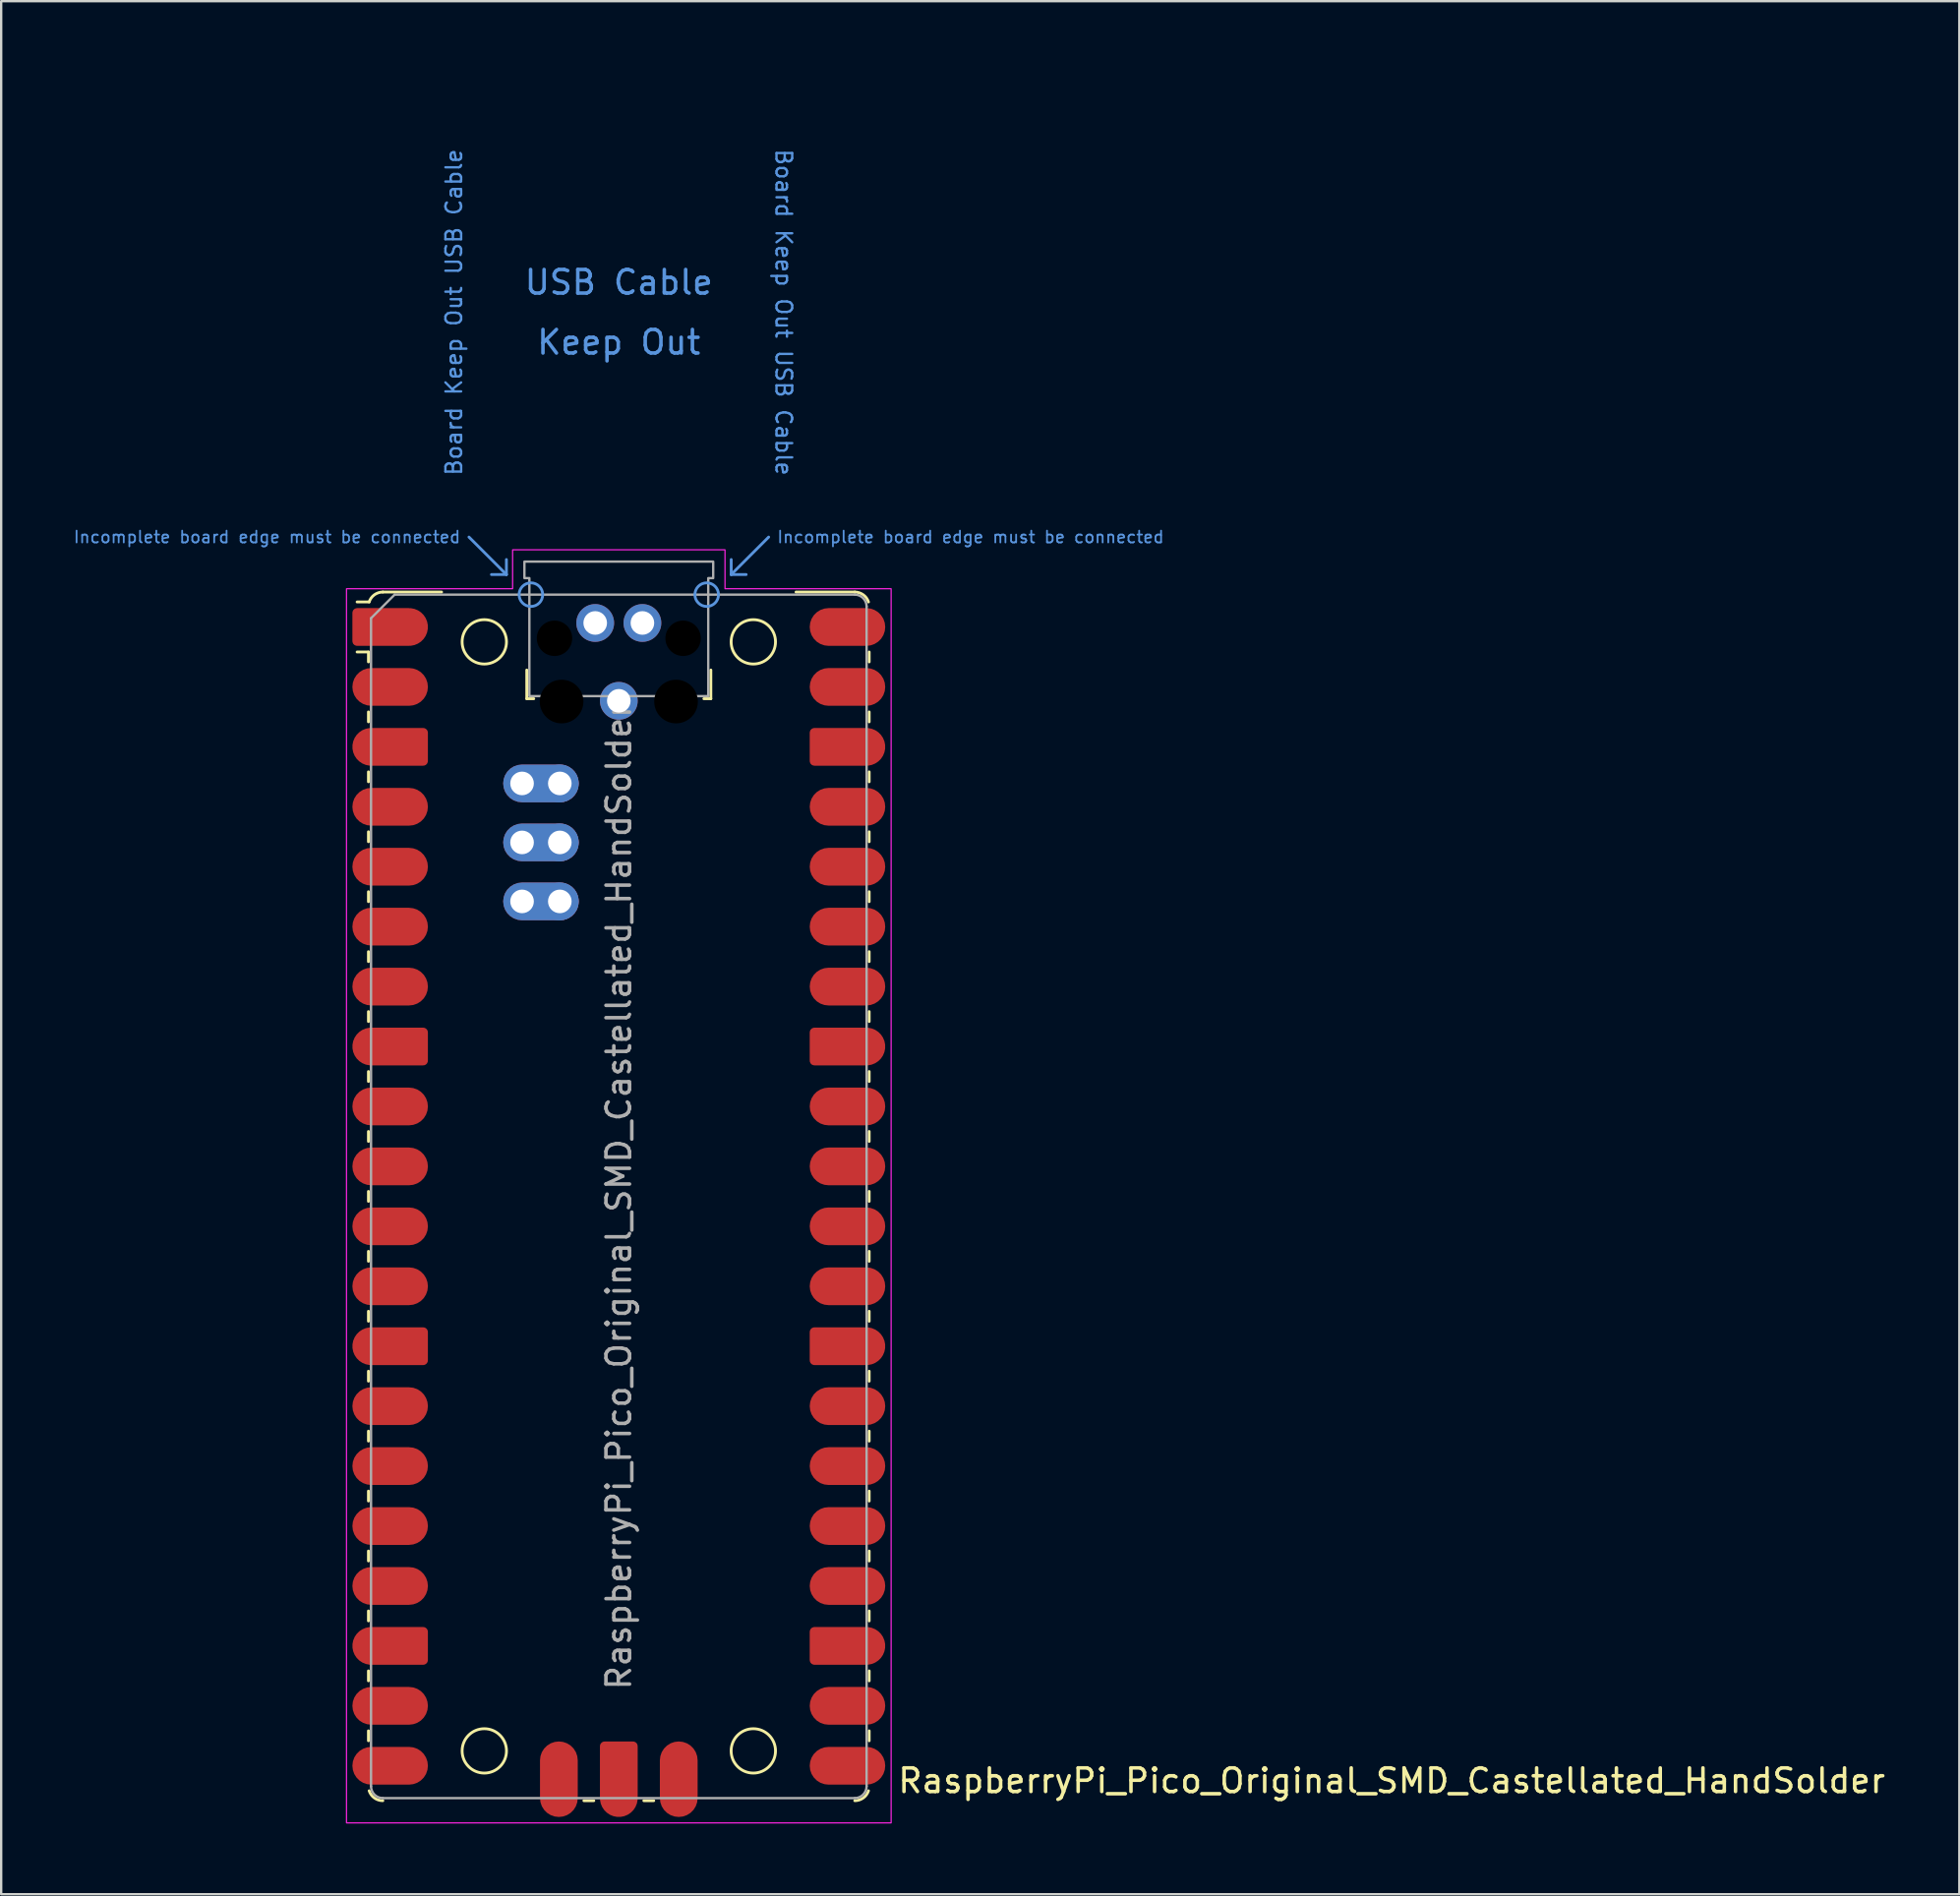
<source format=kicad_pcb>
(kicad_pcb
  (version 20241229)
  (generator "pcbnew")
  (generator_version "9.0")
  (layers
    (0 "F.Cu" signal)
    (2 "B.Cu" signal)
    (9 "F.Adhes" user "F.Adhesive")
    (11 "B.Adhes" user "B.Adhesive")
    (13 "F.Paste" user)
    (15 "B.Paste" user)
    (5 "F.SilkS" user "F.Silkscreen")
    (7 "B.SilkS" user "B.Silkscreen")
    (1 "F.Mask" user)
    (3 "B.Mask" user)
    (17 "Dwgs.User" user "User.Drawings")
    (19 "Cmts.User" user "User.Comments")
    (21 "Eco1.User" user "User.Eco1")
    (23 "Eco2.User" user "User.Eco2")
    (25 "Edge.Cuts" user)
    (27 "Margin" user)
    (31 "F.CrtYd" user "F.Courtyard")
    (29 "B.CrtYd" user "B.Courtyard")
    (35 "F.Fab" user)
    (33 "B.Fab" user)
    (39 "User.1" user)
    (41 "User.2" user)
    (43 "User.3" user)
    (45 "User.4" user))
  (footprint "RaspberryPi_Pico_Original_SMD_Castellated_HandSolder"
    (layer "F.Cu")
    (at 23.173 47.65)
    (property "Reference" "RaspberryPi_Pico_Original_SMD_Castellated_HandSolder" (at 11.748 24.765 0) (unlocked yes) (layer "F.SilkS") (effects (font (size 1 1) (thickness 0.15)) (justify left)))
    (attr smd)
    (fp_line (start -10.61 -23.07) (end -11.09 -23.07) (stroke (width 0.12) (type solid)) (layer "F.SilkS"))
    (fp_line (start -10.61 -23.07) (end -10.61 -22.65) (stroke (width 0.12) (type solid)) (layer "F.SilkS"))
    (fp_line (start -10.61 -20.53) (end -10.61 -20.11) (stroke (width 0.12) (type solid)) (layer "F.SilkS"))
    (fp_line (start -10.61 -17.99) (end -10.61 -17.57) (stroke (width 0.12) (type solid)) (layer "F.SilkS"))
    (fp_line (start -10.61 -15.45) (end -10.61 -15.03) (stroke (width 0.12) (type solid)) (layer "F.SilkS"))
    (fp_line (start -10.61 -12.91) (end -10.61 -12.49) (stroke (width 0.12) (type solid)) (layer "F.SilkS"))
    (fp_line (start -10.61 -10.37) (end -10.61 -9.95) (stroke (width 0.12) (type solid)) (layer "F.SilkS"))
    (fp_line (start -10.61 -7.83) (end -10.61 -7.41) (stroke (width 0.12) (type solid)) (layer "F.SilkS"))
    (fp_line (start -10.61 -5.29) (end -10.61 -4.87) (stroke (width 0.12) (type solid)) (layer "F.SilkS"))
    (fp_line (start -10.61 -2.75) (end -10.61 -2.33) (stroke (width 0.12) (type solid)) (layer "F.SilkS"))
    (fp_line (start -10.61 -0.21) (end -10.61 0.21) (stroke (width 0.12) (type solid)) (layer "F.SilkS"))
    (fp_line (start -10.61 2.33) (end -10.61 2.75) (stroke (width 0.12) (type solid)) (layer "F.SilkS"))
    (fp_line (start -10.61 4.87) (end -10.61 5.29) (stroke (width 0.12) (type solid)) (layer "F.SilkS"))
    (fp_line (start -10.61 7.41) (end -10.61 7.83) (stroke (width 0.12) (type solid)) (layer "F.SilkS"))
    (fp_line (start -10.61 9.95) (end -10.61 10.37) (stroke (width 0.12) (type solid)) (layer "F.SilkS"))
    (fp_line (start -10.61 12.49) (end -10.61 12.91) (stroke (width 0.12) (type solid)) (layer "F.SilkS"))
    (fp_line (start -10.61 15.03) (end -10.61 15.45) (stroke (width 0.12) (type solid)) (layer "F.SilkS"))
    (fp_line (start -10.61 17.57) (end -10.61 17.99) (stroke (width 0.12) (type solid)) (layer "F.SilkS"))
    (fp_line (start -10.61 20.11) (end -10.61 20.53) (stroke (width 0.12) (type solid)) (layer "F.SilkS"))
    (fp_line (start -10.61 22.65) (end -10.61 23.07) (stroke (width 0.12) (type solid)) (layer "F.SilkS"))
    (fp_line (start -10.58 -25.19) (end -11.09 -25.19) (stroke (width 0.12) (type solid)) (layer "F.SilkS"))
    (fp_line (start -10 -25.61) (end -7.51 -25.61) (stroke (width 0.12) (type solid)) (layer "F.SilkS"))
    (fp_line (start -3.9 -22.306) (end -3.9 -21.09) (stroke (width 0.12) (type solid)) (layer "F.SilkS"))
    (fp_line (start -3.9 -21.09) (end -3.604 -21.09) (stroke (width 0.12) (type solid)) (layer "F.SilkS"))
    (fp_line (start -1.48 25.61) (end -1.06 25.61) (stroke (width 0.12) (type solid)) (layer "F.SilkS"))
    (fp_line (start 1.06 25.61) (end 1.48 25.61) (stroke (width 0.12) (type solid)) (layer "F.SilkS"))
    (fp_line (start 3.604 -21.09) (end 3.9 -21.09) (stroke (width 0.12) (type solid)) (layer "F.SilkS"))
    (fp_line (start 3.9 -22.306) (end 3.9 -21.09) (stroke (width 0.12) (type solid)) (layer "F.SilkS"))
    (fp_line (start 10 -25.61) (end 7.51 -25.61) (stroke (width 0.12) (type solid)) (layer "F.SilkS"))
    (fp_line (start 10.61 -23.07) (end 10.61 -22.65) (stroke (width 0.12) (type solid)) (layer "F.SilkS"))
    (fp_line (start 10.61 -20.53) (end 10.61 -20.11) (stroke (width 0.12) (type solid)) (layer "F.SilkS"))
    (fp_line (start 10.61 -17.99) (end 10.61 -17.57) (stroke (width 0.12) (type solid)) (layer "F.SilkS"))
    (fp_line (start 10.61 -15.45) (end 10.61 -15.03) (stroke (width 0.12) (type solid)) (layer "F.SilkS"))
    (fp_line (start 10.61 -12.91) (end 10.61 -12.49) (stroke (width 0.12) (type solid)) (layer "F.SilkS"))
    (fp_line (start 10.61 -10.37) (end 10.61 -9.95) (stroke (width 0.12) (type solid)) (layer "F.SilkS"))
    (fp_line (start 10.61 -7.83) (end 10.61 -7.41) (stroke (width 0.12) (type solid)) (layer "F.SilkS"))
    (fp_line (start 10.61 -5.29) (end 10.61 -4.87) (stroke (width 0.12) (type solid)) (layer "F.SilkS"))
    (fp_line (start 10.61 -2.75) (end 10.61 -2.33) (stroke (width 0.12) (type solid)) (layer "F.SilkS"))
    (fp_line (start 10.61 -0.21) (end 10.61 0.21) (stroke (width 0.12) (type solid)) (layer "F.SilkS"))
    (fp_line (start 10.61 2.33) (end 10.61 2.75) (stroke (width 0.12) (type solid)) (layer "F.SilkS"))
    (fp_line (start 10.61 4.87) (end 10.61 5.29) (stroke (width 0.12) (type solid)) (layer "F.SilkS"))
    (fp_line (start 10.61 7.41) (end 10.61 7.83) (stroke (width 0.12) (type solid)) (layer "F.SilkS"))
    (fp_line (start 10.61 9.95) (end 10.61 10.37) (stroke (width 0.12) (type solid)) (layer "F.SilkS"))
    (fp_line (start 10.61 12.49) (end 10.61 12.91) (stroke (width 0.12) (type solid)) (layer "F.SilkS"))
    (fp_line (start 10.61 15.03) (end 10.61 15.45) (stroke (width 0.12) (type solid)) (layer "F.SilkS"))
    (fp_line (start 10.61 17.57) (end 10.61 17.99) (stroke (width 0.12) (type solid)) (layer "F.SilkS"))
    (fp_line (start 10.61 20.11) (end 10.61 20.53) (stroke (width 0.12) (type solid)) (layer "F.SilkS"))
    (fp_line (start 10.61 22.65) (end 10.61 23.07) (stroke (width 0.12) (type solid)) (layer "F.SilkS"))
    (fp_arc (start -10.579676 -25.189937) (mid -10.357938 -25.493944) (end -10 -25.61) (stroke (width 0.12) (type solid)) (layer "F.SilkS"))
    (fp_arc (start -10 25.61) (mid -10.357937 25.493944) (end -10.579676 25.189937) (stroke (width 0.12) (type solid)) (layer "F.SilkS"))
    (fp_arc (start 10 -25.61) (mid 10.357937 -25.493944) (end 10.579676 -25.189937) (stroke (width 0.12) (type solid)) (layer "F.SilkS"))
    (fp_arc (start 10.579676 25.189937) (mid 10.357958 25.493991) (end 10 25.61) (stroke (width 0.12) (type solid)) (layer "F.SilkS"))
    (fp_circle (center -5.7 -23.5) (end -4.76 -23.5) (stroke (width 0.12) (type solid)) (fill no) (layer "F.SilkS"))
    (fp_circle (center -5.7 23.5) (end -4.76 23.5) (stroke (width 0.12) (type solid)) (fill no) (layer "F.SilkS"))
    (fp_circle (center 5.7 -23.5) (end 6.64 -23.5) (stroke (width 0.12) (type solid)) (fill no) (layer "F.SilkS"))
    (fp_circle (center 5.7 23.5) (end 6.64 23.5) (stroke (width 0.12) (type solid)) (fill no) (layer "F.SilkS"))
    (fp_line (start -6.35 -27.94) (end -4.763 -26.352) (stroke (width 0.12) (type solid)) (layer "Cmts.User"))
    (fp_line (start -4.763 -26.352) (end -5.397 -26.352) (stroke (width 0.12) (type solid)) (layer "Cmts.User"))
    (fp_line (start -4.763 -26.352) (end -4.763 -26.988) (stroke (width 0.12) (type solid)) (layer "Cmts.User"))
    (fp_line (start 4.763 -26.352) (end 4.763 -26.988) (stroke (width 0.12) (type solid)) (layer "Cmts.User"))
    (fp_line (start 4.763 -26.352) (end 5.397 -26.352) (stroke (width 0.12) (type solid)) (layer "Cmts.User"))
    (fp_line (start 6.35 -27.94) (end 4.763 -26.352) (stroke (width 0.12) (type solid)) (layer "Cmts.User"))
    (fp_circle (center -3.725 -25.5) (end -3.225 -25.5) (stroke (width 0.12) (type solid)) (fill no) (layer "Cmts.User"))
    (fp_circle (center 3.725 -25.5) (end 3.225 -25.5) (stroke (width 0.12) (type solid)) (fill no) (layer "Cmts.User"))
    (fp_poly (pts (xy -4.5 -27.4) (xy 4.5 -27.4) (xy 4.5 -25.75) (xy 11.54 -25.75) (xy 11.54 26.55) (xy -11.54 26.55) (xy -11.54 -25.75) (xy -4.5 -25.75)) (stroke (width 0.05) (type solid)) (fill no) (layer "F.CrtYd"))
    (fp_line (start -10.5 -24.5) (end -9.5 -25.5) (stroke (width 0.1) (type solid)) (layer "F.Fab"))
    (fp_line (start -10.5 25) (end -10.5 -24.5) (stroke (width 0.1) (type solid)) (layer "F.Fab"))
    (fp_line (start -9.5 -25.5) (end 10 -25.5) (stroke (width 0.1) (type solid)) (layer "F.Fab"))
    (fp_line (start 10 25.5) (end -10 25.5) (stroke (width 0.1) (type solid)) (layer "F.Fab"))
    (fp_line (start 10.5 -25) (end 10.5 25) (stroke (width 0.1) (type solid)) (layer "F.Fab"))
    (fp_arc (start -10 25.5) (mid -10.353553 25.353553) (end -10.5 25) (stroke (width 0.1) (type solid)) (layer "F.Fab"))
    (fp_arc (start 10 -25.5) (mid 10.353553 -25.353553) (end 10.5 -25) (stroke (width 0.1) (type solid)) (layer "F.Fab"))
    (fp_arc (start 10.5 25) (mid 10.353553 25.353553) (end 10 25.5) (stroke (width 0.1) (type solid)) (layer "F.Fab"))
    (fp_poly (pts (xy 3.79 -21.2) (xy 3.79 -26.2) (xy 4 -26.2) (xy 4 -26.9) (xy -4 -26.9) (xy -4 -26.2) (xy -3.79 -26.2) (xy -3.79 -21.2)) (stroke (width 0.1) (type solid)) (fill no) (layer "F.Fab"))
    (fp_text user "USB Cable" (at 0 -38.735 0) (unlocked yes) (layer "Cmts.User") (effects (font (size 1 1) (thickness 0.15))))
    (fp_text user "Board Keep Out USB Cable" (at 6.985 -37.465 270) (unlocked yes) (layer "Cmts.User") (effects (font (size 0.667 0.667) (thickness 0.1))))
    (fp_text user "Board Keep Out USB Cable" (at -6.985 -37.465 90) (unlocked yes) (layer "Cmts.User") (effects (font (size 0.667 0.667) (thickness 0.1))))
    (fp_text user "Incomplete board edge must be connected" (at 6.668 -27.94 0) (unlocked yes) (layer "Cmts.User") (effects (font (size 0.5 0.5) (thickness 0.075)) (justify left)))
    (fp_text user "Incomplete board edge must be connected" (at -6.668 -27.94 0) (unlocked yes) (layer "Cmts.User") (effects (font (size 0.5 0.5) (thickness 0.075)) (justify right)))
    (fp_text user "Keep Out" (at 0 -36.195 0) (unlocked yes) (layer "Cmts.User") (effects (font (size 1 1) (thickness 0.15))))
    (fp_text user "${REFERENCE}" (at 0 0 90) (layer "F.Fab") (effects (font (size 1 1) (thickness 0.15))))
    (pad "" np_thru_hole circle (at -2.725 -23.65) (size 1.5 1.5) (drill 1.5) (layers "*.Mask"))
    (pad "" np_thru_hole circle (at -2.425 -20.97) (size 1.85 1.85) (drill 1.85) (layers "*.Mask"))
    (pad "" np_thru_hole circle (at 2.425 -20.97) (size 1.85 1.85) (drill 1.85) (layers "*.Mask"))
    (pad "" np_thru_hole circle (at 2.725 -23.65) (size 1.5 1.5) (drill 1.5) (layers "*.Mask"))
    (pad "1" smd custom (at -8.89 -24.13) (size 1.6 1.6) (layers "F.Cu" "F.Mask" "F.Paste") (options (anchor circle)) (primitives (gr_poly (pts (xy -2.4 0.6) (xy -2.4 -0.6) (xy -2.2 -0.8) (xy 0 -0.8) (xy 0 0.8) (xy -2.2 0.8)) (width 0) (fill yes)) (gr_circle (center -2.2 0.6) (end -2 0.6) (width 0) (fill yes)) (gr_circle (center -2.2 -0.6) (end -2 -0.6) (width 0) (fill yes))))
    (pad "2" smd roundrect (at -8.89 -21.59) (size 3.2 1.6) (drill (offset -0.8 0)) (layers "F.Cu" "F.Mask" "F.Paste") (roundrect_rratio 0.5))
    (pad "3" smd custom (at -8.89 -19.05) (size 1.6 1.6) (layers "F.Cu" "F.Mask" "F.Paste") (options (anchor circle)) (primitives (gr_poly (pts (xy 0.8 -0.6) (xy 0.8 0.6) (xy 0.6 0.8) (xy -1.6 0.8) (xy -1.6 -0.8) (xy 0.6 -0.8)) (width 0) (fill yes)) (gr_circle (center 0.6 0.6) (end 0.8 0.6) (width 0) (fill yes)) (gr_circle (center 0.6 -0.6) (end 0.8 -0.6) (width 0) (fill yes)) (gr_circle (center -1.6 0) (end -0.8 0) (width 0) (fill yes))))
    (pad "4" smd roundrect (at -8.89 -16.51) (size 3.2 1.6) (drill (offset -0.8 0)) (layers "F.Cu" "F.Mask" "F.Paste") (roundrect_rratio 0.5))
    (pad "5" smd roundrect (at -8.89 -13.97) (size 3.2 1.6) (drill (offset -0.8 0)) (layers "F.Cu" "F.Mask" "F.Paste") (roundrect_rratio 0.5))
    (pad "6" smd roundrect (at -8.89 -11.43) (size 3.2 1.6) (drill (offset -0.8 0)) (layers "F.Cu" "F.Mask" "F.Paste") (roundrect_rratio 0.5))
    (pad "7" smd roundrect (at -8.89 -8.89) (size 3.2 1.6) (drill (offset -0.8 0)) (layers "F.Cu" "F.Mask" "F.Paste") (roundrect_rratio 0.5))
    (pad "8" smd custom (at -8.89 -6.35) (size 1.6 1.6) (layers "F.Cu" "F.Mask" "F.Paste") (options (anchor circle)) (primitives (gr_poly (pts (xy 0.8 -0.6) (xy 0.8 0.6) (xy 0.6 0.8) (xy -1.6 0.8) (xy -1.6 -0.8) (xy 0.6 -0.8)) (width 0) (fill yes)) (gr_circle (center 0.6 0.6) (end 0.8 0.6) (width 0) (fill yes)) (gr_circle (center 0.6 -0.6) (end 0.8 -0.6) (width 0) (fill yes)) (gr_circle (center -1.6 0) (end -0.8 0) (width 0) (fill yes))))
    (pad "9" smd roundrect (at -8.89 -3.81) (size 3.2 1.6) (drill (offset -0.8 0)) (layers "F.Cu" "F.Mask" "F.Paste") (roundrect_rratio 0.5))
    (pad "10" smd roundrect (at -8.89 -1.27) (size 3.2 1.6) (drill (offset -0.8 0)) (layers "F.Cu" "F.Mask" "F.Paste") (roundrect_rratio 0.5))
    (pad "11" smd roundrect (at -8.89 1.27) (size 3.2 1.6) (drill (offset -0.8 0)) (layers "F.Cu" "F.Mask" "F.Paste") (roundrect_rratio 0.5))
    (pad "12" smd roundrect (at -8.89 3.81) (size 3.2 1.6) (drill (offset -0.8 0)) (layers "F.Cu" "F.Mask" "F.Paste") (roundrect_rratio 0.5))
    (pad "13" smd custom (at -8.89 6.35) (size 1.6 1.6) (layers "F.Cu" "F.Mask" "F.Paste") (options (anchor circle)) (primitives (gr_poly (pts (xy 0.8 -0.6) (xy 0.8 0.6) (xy 0.6 0.8) (xy -1.6 0.8) (xy -1.6 -0.8) (xy 0.6 -0.8)) (width 0) (fill yes)) (gr_circle (center 0.6 0.6) (end 0.8 0.6) (width 0) (fill yes)) (gr_circle (center 0.6 -0.6) (end 0.8 -0.6) (width 0) (fill yes)) (gr_circle (center -1.6 0) (end -0.8 0) (width 0) (fill yes))))
    (pad "14" smd roundrect (at -8.89 8.89) (size 3.2 1.6) (drill (offset -0.8 0)) (layers "F.Cu" "F.Mask" "F.Paste") (roundrect_rratio 0.5))
    (pad "15" smd roundrect (at -8.89 11.43) (size 3.2 1.6) (drill (offset -0.8 0)) (layers "F.Cu" "F.Mask" "F.Paste") (roundrect_rratio 0.5))
    (pad "16" smd roundrect (at -8.89 13.97) (size 3.2 1.6) (drill (offset -0.8 0)) (layers "F.Cu" "F.Mask" "F.Paste") (roundrect_rratio 0.5))
    (pad "17" smd roundrect (at -8.89 16.51) (size 3.2 1.6) (drill (offset -0.8 0)) (layers "F.Cu" "F.Mask" "F.Paste") (roundrect_rratio 0.5))
    (pad "18" smd custom (at -8.89 19.05) (size 1.6 1.6) (layers "F.Cu" "F.Mask" "F.Paste") (options (anchor circle)) (primitives (gr_poly (pts (xy 0.8 -0.6) (xy 0.8 0.6) (xy 0.6 0.8) (xy -1.6 0.8) (xy -1.6 -0.8) (xy 0.6 -0.8)) (width 0) (fill yes)) (gr_circle (center 0.6 0.6) (end 0.8 0.6) (width 0) (fill yes)) (gr_circle (center 0.6 -0.6) (end 0.8 -0.6) (width 0) (fill yes)) (gr_circle (center -1.6 0) (end -0.8 0) (width 0) (fill yes))))
    (pad "19" smd roundrect (at -8.89 21.59) (size 3.2 1.6) (drill (offset -0.8 0)) (layers "F.Cu" "F.Mask" "F.Paste") (roundrect_rratio 0.5))
    (pad "20" smd roundrect (at -8.89 24.13) (size 3.2 1.6) (drill (offset -0.8 0)) (layers "F.Cu" "F.Mask" "F.Paste") (roundrect_rratio 0.5))
    (pad "21" smd roundrect (at 8.89 24.13) (size 3.2 1.6) (drill (offset 0.8 0)) (layers "F.Cu" "F.Mask" "F.Paste") (roundrect_rratio 0.5))
    (pad "22" smd roundrect (at 8.89 21.59) (size 3.2 1.6) (drill (offset 0.8 0)) (layers "F.Cu" "F.Mask" "F.Paste") (roundrect_rratio 0.5))
    (pad "23" smd custom (at 8.89 19.05) (size 1.6 1.6) (layers "F.Cu" "F.Mask" "F.Paste") (options (anchor circle)) (primitives (gr_poly (pts (xy -0.8 -0.6) (xy -0.8 0.6) (xy -0.6 0.8) (xy 1.6 0.8) (xy 1.6 -0.8) (xy -0.6 -0.8)) (width 0) (fill yes)) (gr_circle (center -0.6 0.6) (end -0.4 0.6) (width 0) (fill yes)) (gr_circle (center -0.6 -0.6) (end -0.4 -0.6) (width 0) (fill yes)) (gr_circle (center 1.6 0) (end 2.4 0) (width 0) (fill yes))))
    (pad "24" smd roundrect (at 8.89 16.51) (size 3.2 1.6) (drill (offset 0.8 0)) (layers "F.Cu" "F.Mask" "F.Paste") (roundrect_rratio 0.5))
    (pad "25" smd roundrect (at 8.89 13.97) (size 3.2 1.6) (drill (offset 0.8 0)) (layers "F.Cu" "F.Mask" "F.Paste") (roundrect_rratio 0.5))
    (pad "26" smd roundrect (at 8.89 11.43) (size 3.2 1.6) (drill (offset 0.8 0)) (layers "F.Cu" "F.Mask" "F.Paste") (roundrect_rratio 0.5))
    (pad "27" smd roundrect (at 8.89 8.89) (size 3.2 1.6) (drill (offset 0.8 0)) (layers "F.Cu" "F.Mask" "F.Paste") (roundrect_rratio 0.5))
    (pad "28" smd custom (at 8.89 6.35) (size 1.6 1.6) (layers "F.Cu" "F.Mask" "F.Paste") (options (anchor circle)) (primitives (gr_poly (pts (xy -0.8 -0.6) (xy -0.8 0.6) (xy -0.6 0.8) (xy 1.6 0.8) (xy 1.6 -0.8) (xy -0.6 -0.8)) (width 0) (fill yes)) (gr_circle (center -0.6 0.6) (end -0.4 0.6) (width 0) (fill yes)) (gr_circle (center -0.6 -0.6) (end -0.4 -0.6) (width 0) (fill yes)) (gr_circle (center 1.6 0) (end 2.4 0) (width 0) (fill yes))))
    (pad "29" smd roundrect (at 8.89 3.81) (size 3.2 1.6) (drill (offset 0.8 0)) (layers "F.Cu" "F.Mask" "F.Paste") (roundrect_rratio 0.5))
    (pad "30" smd roundrect (at 8.89 1.27) (size 3.2 1.6) (drill (offset 0.8 0)) (layers "F.Cu" "F.Mask" "F.Paste") (roundrect_rratio 0.5))
    (pad "31" smd roundrect (at 8.89 -1.27) (size 3.2 1.6) (drill (offset 0.8 0)) (layers "F.Cu" "F.Mask" "F.Paste") (roundrect_rratio 0.5))
    (pad "32" smd roundrect (at 8.89 -3.81) (size 3.2 1.6) (drill (offset 0.8 0)) (layers "F.Cu" "F.Mask" "F.Paste") (roundrect_rratio 0.5))
    (pad "33" smd custom (at 8.89 -6.35) (size 1.6 1.6) (layers "F.Cu" "F.Mask" "F.Paste") (options (anchor circle)) (primitives (gr_poly (pts (xy -0.8 -0.6) (xy -0.8 0.6) (xy -0.6 0.8) (xy 1.6 0.8) (xy 1.6 -0.8) (xy -0.6 -0.8)) (width 0) (fill yes)) (gr_circle (center -0.6 0.6) (end -0.4 0.6) (width 0) (fill yes)) (gr_circle (center -0.6 -0.6) (end -0.4 -0.6) (width 0) (fill yes)) (gr_circle (center 1.6 0) (end 2.4 0) (width 0) (fill yes))))
    (pad "34" smd roundrect (at 8.89 -8.89) (size 3.2 1.6) (drill (offset 0.8 0)) (layers "F.Cu" "F.Mask" "F.Paste") (roundrect_rratio 0.5))
    (pad "35" smd roundrect (at 8.89 -11.43) (size 3.2 1.6) (drill (offset 0.8 0)) (layers "F.Cu" "F.Mask" "F.Paste") (roundrect_rratio 0.5))
    (pad "36" smd roundrect (at 8.89 -13.97) (size 3.2 1.6) (drill (offset 0.8 0)) (layers "F.Cu" "F.Mask" "F.Paste") (roundrect_rratio 0.5))
    (pad "37" smd roundrect (at 8.89 -16.51) (size 3.2 1.6) (drill (offset 0.8 0)) (layers "F.Cu" "F.Mask" "F.Paste") (roundrect_rratio 0.5))
    (pad "38" smd custom (at 8.89 -19.05) (size 1.6 1.6) (layers "F.Cu" "F.Mask" "F.Paste") (options (anchor circle)) (primitives (gr_poly (pts (xy -0.8 -0.6) (xy -0.8 0.6) (xy -0.6 0.8) (xy 1.6 0.8) (xy 1.6 -0.8) (xy -0.6 -0.8)) (width 0) (fill yes)) (gr_circle (center -0.6 0.6) (end -0.4 0.6) (width 0) (fill yes)) (gr_circle (center -0.6 -0.6) (end -0.4 -0.6) (width 0) (fill yes)) (gr_circle (center 1.6 0) (end 2.4 0) (width 0) (fill yes))))
    (pad "39" smd roundrect (at 8.89 -21.59) (size 3.2 1.6) (drill (offset 0.8 0)) (layers "F.Cu" "F.Mask" "F.Paste") (roundrect_rratio 0.5))
    (pad "40" smd roundrect (at 8.89 -24.13) (size 3.2 1.6) (drill (offset 0.8 0)) (layers "F.Cu" "F.Mask" "F.Paste") (roundrect_rratio 0.5))
    (pad "D1" smd roundrect (at -2.54 23.9 90) (size 3.2 1.6) (drill (offset -0.8 0)) (layers "F.Cu" "F.Mask" "F.Paste") (roundrect_rratio 0.5))
    (pad "D2" smd custom (at 0 23.9 270) (size 1.6 1.6) (layers "F.Cu" "F.Mask" "F.Paste") (options (anchor circle)) (primitives (gr_poly (pts (xy -0.8 -0.6) (xy -0.8 0.6) (xy -0.6 0.8) (xy 1.6 0.8) (xy 1.6 -0.8) (xy -0.6 -0.8)) (width 0) (fill yes)) (gr_circle (center -0.6 0.6) (end -0.4 0.6) (width 0) (fill yes)) (gr_circle (center -0.6 -0.6) (end -0.4 -0.6) (width 0) (fill yes)) (gr_circle (center 1.6 0) (end 2.4 0) (width 0) (fill yes))))
    (pad "D3" smd roundrect (at 2.54 23.9 90) (size 3.2 1.6) (drill (offset -0.8 0)) (layers "F.Cu" "F.Mask" "F.Paste") (roundrect_rratio 0.5))
    (pad "TP1" thru_hole circle (at 0 -21) (size 1.6 1.6) (drill 1) (property pad_prop_castellated) (layers "*.Cu" "*.Mask"))
    (pad "TP2" thru_hole circle (at 1 -24.3) (size 1.6 1.6) (drill 1) (property pad_prop_castellated) (layers "*.Cu" "*.Mask"))
    (pad "TP3" thru_hole circle (at -1 -24.3) (size 1.6 1.6) (drill 1) (property pad_prop_castellated) (layers "*.Cu" "*.Mask"))
    (pad "TP4" thru_hole roundrect (at -4.1 -17.5) (size 3.2 1.6) (drill 1 (offset 0.8 0)) (property pad_prop_castellated) (layers "*.Cu" "*.Mask") (roundrect_rratio 0.5))
    (pad "TP4" thru_hole circle (at -2.5 -17.5) (size 1.6 1.6) (drill 1) (property pad_prop_castellated) (layers "*.Cu" "*.Mask"))
    (pad "TP5" thru_hole roundrect (at -4.1 -15) (size 3.2 1.6) (drill 1 (offset 0.8 0)) (property pad_prop_castellated) (layers "*.Cu" "*.Mask") (roundrect_rratio 0.5))
    (pad "TP5" thru_hole circle (at -2.5 -15) (size 1.6 1.6) (drill 1) (property pad_prop_castellated) (layers "*.Cu" "*.Mask"))
    (pad "TP6" thru_hole roundrect (at -4.1 -12.5) (size 3.2 1.6) (drill 1 (offset 0.8 0)) (property pad_prop_castellated) (layers "*.Cu" "*.Mask") (roundrect_rratio 0.5))
    (pad "TP6" thru_hole circle (at -2.5 -12.5) (size 1.6 1.6) (drill 1) (property pad_prop_castellated) (layers "*.Cu" "*.Mask"))
    (zone (net_name "") (layer "Edge.Cuts") (name "Board Keep Out USB Cable") (hatch edge 0.5) (connect_pads) (min_thickness 0.254) (filled_areas_thickness no) (keepout (tracks allowed) (vias allowed) (pads allowed) (copperpour allowed) (footprints allowed)) (placement (enabled no)) (fill) (polygon (pts (xy 16.973 0) (xy 29.373 0) (xy 29.373 20.4) (xy 16.973 20.4))))
    (zone (net_name "") (layer "F.CrtYd") (name "USB Cable Keep Out") (hatch full 0.5) (connect_pads) (min_thickness 0.254) (filled_areas_thickness no) (keepout (tracks allowed) (vias allowed) (pads allowed) (copperpour allowed) (footprints not_allowed)) (placement (enabled no)) (fill) (polygon (pts (xy 17.423 19.95) (xy 19.233 19.95) (xy 19.233 20.25) (xy 27.113 20.25) (xy 27.113 19.95) (xy 28.923 19.95) (xy 28.923 0.45) (xy 17.423 0.45)))))
  (gr_rect
    (start -3 -3)
    (end 79.98 77.225)
    (stroke (width 0.1) (type default))
    (fill no)
    (layer "Edge.Cuts")))
</source>
